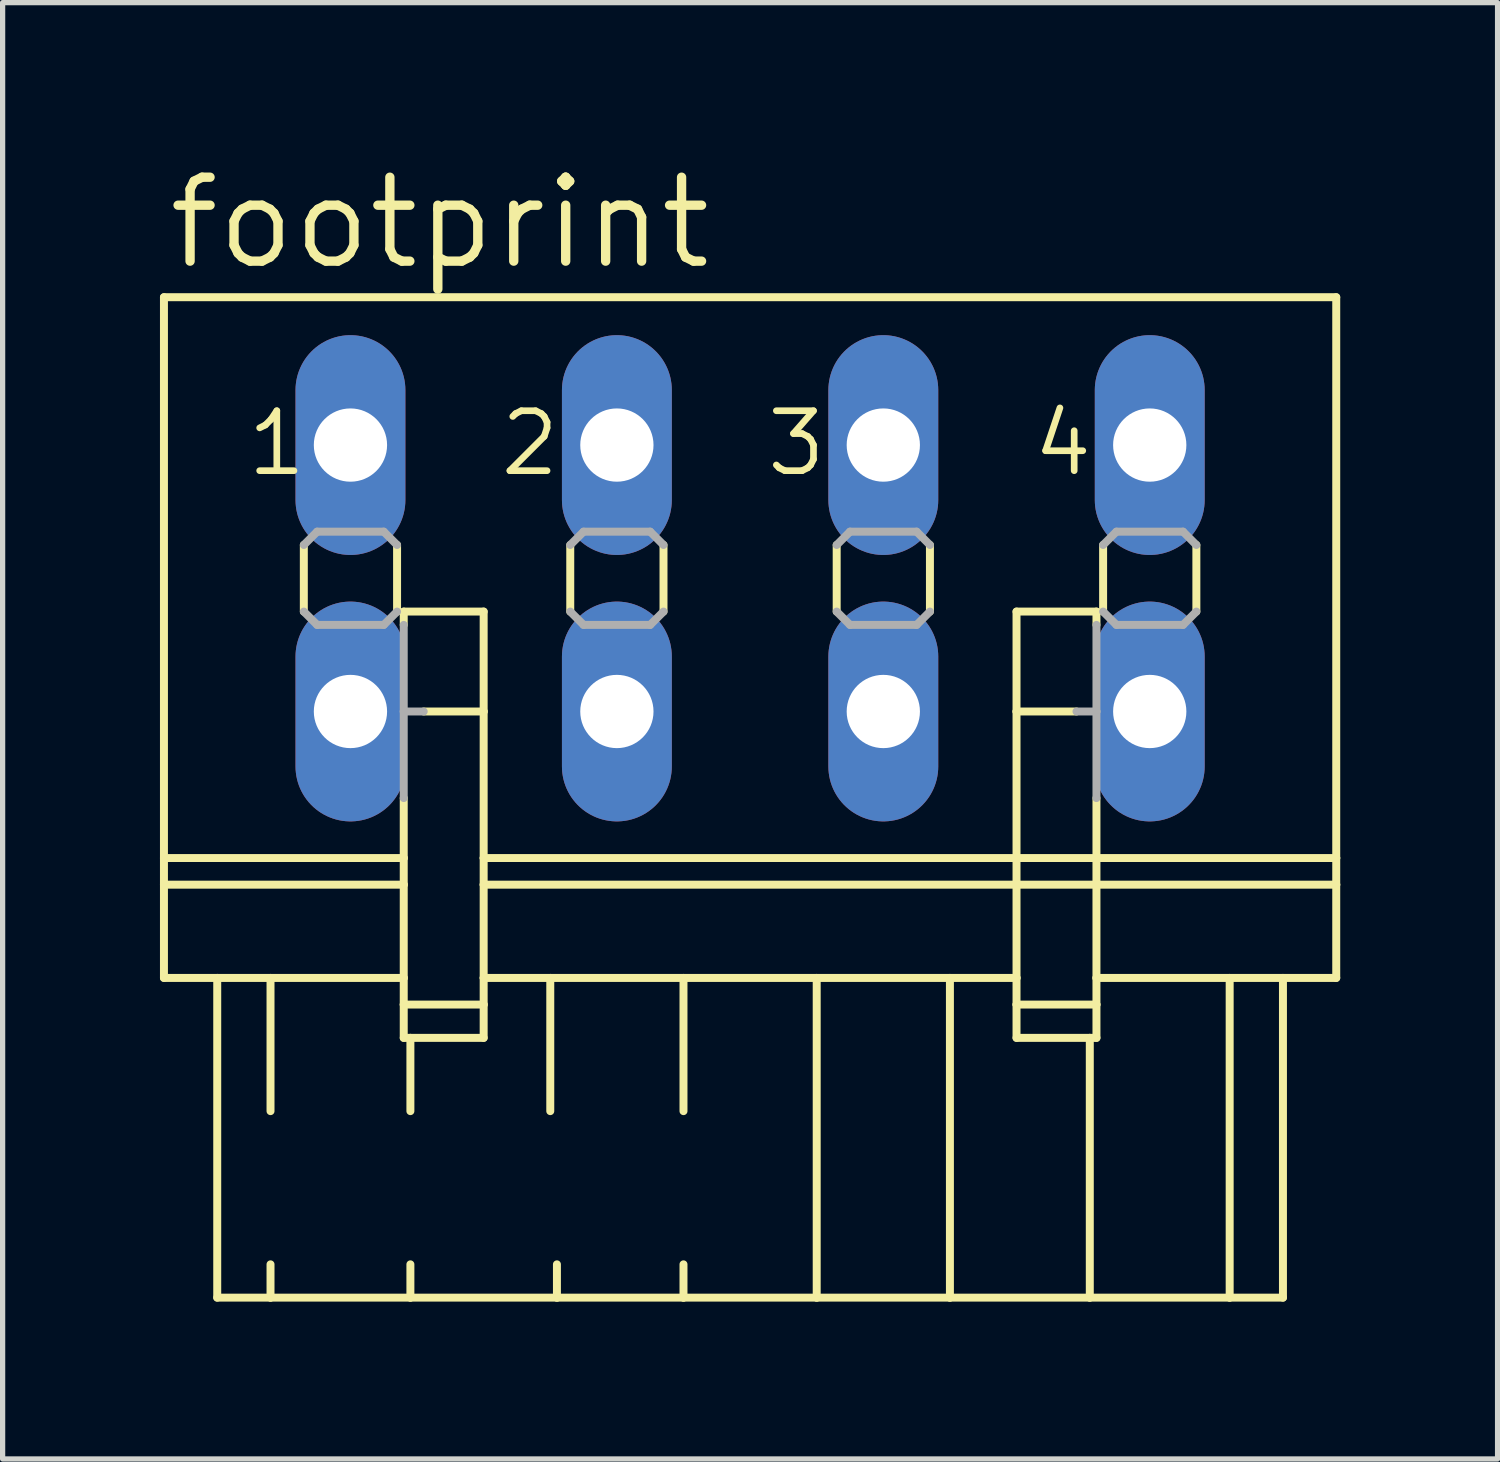
<source format=kicad_pcb>
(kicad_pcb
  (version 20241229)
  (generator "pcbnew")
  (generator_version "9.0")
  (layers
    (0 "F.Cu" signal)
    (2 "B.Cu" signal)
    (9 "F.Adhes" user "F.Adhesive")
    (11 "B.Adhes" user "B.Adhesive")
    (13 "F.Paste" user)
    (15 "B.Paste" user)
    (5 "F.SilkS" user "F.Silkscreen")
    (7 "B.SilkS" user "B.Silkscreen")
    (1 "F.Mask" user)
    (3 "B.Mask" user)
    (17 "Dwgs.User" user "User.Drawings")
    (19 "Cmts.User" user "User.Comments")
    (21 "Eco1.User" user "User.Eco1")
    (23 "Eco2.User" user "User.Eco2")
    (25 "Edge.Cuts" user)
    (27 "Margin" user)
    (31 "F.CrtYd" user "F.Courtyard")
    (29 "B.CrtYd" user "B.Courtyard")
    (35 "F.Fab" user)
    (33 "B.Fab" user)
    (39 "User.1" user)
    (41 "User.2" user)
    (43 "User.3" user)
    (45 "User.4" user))
  (footprint "footprint"
    (layer "F.Cu")
    (at 11.252 7.976)
    (property "Reference" "footprint" (at -11.176 -5.842 0) (layer "F.SilkS") (effects (font (size 1.6 1.6) (thickness 0.178)) (justify left bottom)))
    (fp_line (start -11.176 -5.359) (end -11.176 5.334) (stroke (width 0.152) (type solid)) (layer "F.SilkS"))
    (fp_line (start -11.176 -5.359) (end 11.176 -5.359) (stroke (width 0.152) (type solid)) (layer "F.SilkS"))
    (fp_line (start -11.176 5.334) (end -11.176 5.842) (stroke (width 0.152) (type solid)) (layer "F.SilkS"))
    (fp_line (start -11.176 5.334) (end -6.604 5.334) (stroke (width 0.152) (type solid)) (layer "F.SilkS"))
    (fp_line (start -11.176 5.842) (end -11.176 7.62) (stroke (width 0.152) (type solid)) (layer "F.SilkS"))
    (fp_line (start -11.176 5.842) (end -6.604 5.842) (stroke (width 0.152) (type solid)) (layer "F.SilkS"))
    (fp_line (start -11.176 7.62) (end -10.16 7.62) (stroke (width 0.152) (type solid)) (layer "F.SilkS"))
    (fp_line (start -10.16 7.62) (end -10.16 13.716) (stroke (width 0.152) (type solid)) (layer "F.SilkS"))
    (fp_line (start -10.16 7.62) (end -9.144 7.62) (stroke (width 0.152) (type solid)) (layer "F.SilkS"))
    (fp_line (start -10.16 13.716) (end -9.144 13.716) (stroke (width 0.152) (type solid)) (layer "F.SilkS"))
    (fp_line (start -9.144 7.62) (end -9.144 10.16) (stroke (width 0.152) (type solid)) (layer "F.SilkS"))
    (fp_line (start -9.144 7.62) (end -6.604 7.62) (stroke (width 0.152) (type solid)) (layer "F.SilkS"))
    (fp_line (start -9.144 13.081) (end -9.144 13.716) (stroke (width 0.152) (type solid)) (layer "F.SilkS"))
    (fp_line (start -9.144 13.716) (end -6.477 13.716) (stroke (width 0.152) (type solid)) (layer "F.SilkS"))
    (fp_line (start -8.509 -0.635) (end -8.509 0.635) (stroke (width 0.152) (type solid)) (layer "F.SilkS"))
    (fp_line (start -6.731 -0.635) (end -6.731 0.635) (stroke (width 0.152) (type solid)) (layer "F.SilkS"))
    (fp_line (start -6.604 0.635) (end -6.604 0.889) (stroke (width 0.152) (type solid)) (layer "F.SilkS"))
    (fp_line (start -6.604 0.635) (end -5.08 0.635) (stroke (width 0.152) (type solid)) (layer "F.SilkS"))
    (fp_line (start -6.604 4.191) (end -6.604 5.334) (stroke (width 0.152) (type solid)) (layer "F.SilkS"))
    (fp_line (start -6.604 5.842) (end -6.604 5.334) (stroke (width 0.152) (type solid)) (layer "F.SilkS"))
    (fp_line (start -6.604 7.62) (end -6.604 5.842) (stroke (width 0.152) (type solid)) (layer "F.SilkS"))
    (fp_line (start -6.604 8.128) (end -6.604 7.62) (stroke (width 0.152) (type solid)) (layer "F.SilkS"))
    (fp_line (start -6.604 8.128) (end -5.08 8.128) (stroke (width 0.152) (type solid)) (layer "F.SilkS"))
    (fp_line (start -6.604 8.763) (end -6.604 8.128) (stroke (width 0.152) (type solid)) (layer "F.SilkS"))
    (fp_line (start -6.477 8.763) (end -6.604 8.763) (stroke (width 0.152) (type solid)) (layer "F.SilkS"))
    (fp_line (start -6.477 8.763) (end -6.477 10.16) (stroke (width 0.152) (type solid)) (layer "F.SilkS"))
    (fp_line (start -6.477 13.081) (end -6.477 13.716) (stroke (width 0.152) (type solid)) (layer "F.SilkS"))
    (fp_line (start -6.477 13.716) (end -3.683 13.716) (stroke (width 0.152) (type solid)) (layer "F.SilkS"))
    (fp_line (start -5.08 0.635) (end -5.08 2.54) (stroke (width 0.152) (type solid)) (layer "F.SilkS"))
    (fp_line (start -5.08 2.54) (end -6.223 2.54) (stroke (width 0.152) (type solid)) (layer "F.SilkS"))
    (fp_line (start -5.08 2.54) (end -5.08 5.334) (stroke (width 0.152) (type solid)) (layer "F.SilkS"))
    (fp_line (start -5.08 5.334) (end -5.08 5.842) (stroke (width 0.152) (type solid)) (layer "F.SilkS"))
    (fp_line (start -5.08 5.334) (end 5.08 5.334) (stroke (width 0.152) (type solid)) (layer "F.SilkS"))
    (fp_line (start -5.08 5.842) (end -5.08 7.62) (stroke (width 0.152) (type solid)) (layer "F.SilkS"))
    (fp_line (start -5.08 5.842) (end 5.08 5.842) (stroke (width 0.152) (type solid)) (layer "F.SilkS"))
    (fp_line (start -5.08 7.62) (end -5.08 8.128) (stroke (width 0.152) (type solid)) (layer "F.SilkS"))
    (fp_line (start -5.08 7.62) (end -3.81 7.62) (stroke (width 0.152) (type solid)) (layer "F.SilkS"))
    (fp_line (start -5.08 8.128) (end -5.08 8.763) (stroke (width 0.152) (type solid)) (layer "F.SilkS"))
    (fp_line (start -5.08 8.763) (end -6.477 8.763) (stroke (width 0.152) (type solid)) (layer "F.SilkS"))
    (fp_line (start -3.81 7.62) (end -3.81 10.16) (stroke (width 0.152) (type solid)) (layer "F.SilkS"))
    (fp_line (start -3.81 7.62) (end -1.27 7.62) (stroke (width 0.152) (type solid)) (layer "F.SilkS"))
    (fp_line (start -3.683 13.081) (end -3.683 13.716) (stroke (width 0.152) (type solid)) (layer "F.SilkS"))
    (fp_line (start -3.683 13.716) (end -1.27 13.716) (stroke (width 0.152) (type solid)) (layer "F.SilkS"))
    (fp_line (start -3.429 -0.635) (end -3.429 0.635) (stroke (width 0.152) (type solid)) (layer "F.SilkS"))
    (fp_line (start -1.651 -0.635) (end -1.651 0.635) (stroke (width 0.152) (type solid)) (layer "F.SilkS"))
    (fp_line (start -1.27 7.62) (end -1.27 10.16) (stroke (width 0.152) (type solid)) (layer "F.SilkS"))
    (fp_line (start -1.27 7.62) (end 1.27 7.62) (stroke (width 0.152) (type solid)) (layer "F.SilkS"))
    (fp_line (start -1.27 13.081) (end -1.27 13.716) (stroke (width 0.152) (type solid)) (layer "F.SilkS"))
    (fp_line (start -1.27 13.716) (end 1.27 13.716) (stroke (width 0.152) (type solid)) (layer "F.SilkS"))
    (fp_line (start 1.27 7.62) (end 1.27 13.716) (stroke (width 0.152) (type solid)) (layer "F.SilkS"))
    (fp_line (start 1.27 7.62) (end 3.81 7.62) (stroke (width 0.152) (type solid)) (layer "F.SilkS"))
    (fp_line (start 1.27 13.716) (end 3.81 13.716) (stroke (width 0.152) (type solid)) (layer "F.SilkS"))
    (fp_line (start 1.651 -0.635) (end 1.651 0.635) (stroke (width 0.152) (type solid)) (layer "F.SilkS"))
    (fp_line (start 3.429 -0.635) (end 3.429 0.635) (stroke (width 0.152) (type solid)) (layer "F.SilkS"))
    (fp_line (start 3.81 7.62) (end 3.81 13.716) (stroke (width 0.152) (type solid)) (layer "F.SilkS"))
    (fp_line (start 3.81 7.62) (end 5.08 7.62) (stroke (width 0.152) (type solid)) (layer "F.SilkS"))
    (fp_line (start 3.81 13.716) (end 6.477 13.716) (stroke (width 0.152) (type solid)) (layer "F.SilkS"))
    (fp_line (start 5.08 0.635) (end 5.08 2.54) (stroke (width 0.152) (type solid)) (layer "F.SilkS"))
    (fp_line (start 5.08 2.54) (end 5.08 5.334) (stroke (width 0.152) (type solid)) (layer "F.SilkS"))
    (fp_line (start 5.08 2.54) (end 6.223 2.54) (stroke (width 0.152) (type solid)) (layer "F.SilkS"))
    (fp_line (start 5.08 5.334) (end 5.08 5.842) (stroke (width 0.152) (type solid)) (layer "F.SilkS"))
    (fp_line (start 5.08 5.334) (end 6.604 5.334) (stroke (width 0.152) (type solid)) (layer "F.SilkS"))
    (fp_line (start 5.08 5.842) (end 5.08 7.62) (stroke (width 0.152) (type solid)) (layer "F.SilkS"))
    (fp_line (start 5.08 5.842) (end 6.604 5.842) (stroke (width 0.152) (type solid)) (layer "F.SilkS"))
    (fp_line (start 5.08 7.62) (end 5.08 8.128) (stroke (width 0.152) (type solid)) (layer "F.SilkS"))
    (fp_line (start 5.08 8.128) (end 5.08 8.763) (stroke (width 0.152) (type solid)) (layer "F.SilkS"))
    (fp_line (start 5.08 8.128) (end 6.604 8.128) (stroke (width 0.152) (type solid)) (layer "F.SilkS"))
    (fp_line (start 6.477 8.763) (end 5.08 8.763) (stroke (width 0.152) (type solid)) (layer "F.SilkS"))
    (fp_line (start 6.477 8.763) (end 6.477 13.716) (stroke (width 0.152) (type solid)) (layer "F.SilkS"))
    (fp_line (start 6.477 13.716) (end 9.144 13.716) (stroke (width 0.152) (type solid)) (layer "F.SilkS"))
    (fp_line (start 6.604 0.635) (end 5.08 0.635) (stroke (width 0.152) (type solid)) (layer "F.SilkS"))
    (fp_line (start 6.604 0.889) (end 6.604 0.635) (stroke (width 0.152) (type solid)) (layer "F.SilkS"))
    (fp_line (start 6.604 4.191) (end 6.604 5.334) (stroke (width 0.152) (type solid)) (layer "F.SilkS"))
    (fp_line (start 6.604 5.334) (end 11.176 5.334) (stroke (width 0.152) (type solid)) (layer "F.SilkS"))
    (fp_line (start 6.604 5.842) (end 6.604 5.334) (stroke (width 0.152) (type solid)) (layer "F.SilkS"))
    (fp_line (start 6.604 5.842) (end 11.176 5.842) (stroke (width 0.152) (type solid)) (layer "F.SilkS"))
    (fp_line (start 6.604 7.62) (end 6.604 5.842) (stroke (width 0.152) (type solid)) (layer "F.SilkS"))
    (fp_line (start 6.604 7.62) (end 9.144 7.62) (stroke (width 0.152) (type solid)) (layer "F.SilkS"))
    (fp_line (start 6.604 8.128) (end 6.604 7.62) (stroke (width 0.152) (type solid)) (layer "F.SilkS"))
    (fp_line (start 6.604 8.763) (end 6.477 8.763) (stroke (width 0.152) (type solid)) (layer "F.SilkS"))
    (fp_line (start 6.604 8.763) (end 6.604 8.128) (stroke (width 0.152) (type solid)) (layer "F.SilkS"))
    (fp_line (start 6.731 -0.635) (end 6.731 0.635) (stroke (width 0.152) (type solid)) (layer "F.SilkS"))
    (fp_line (start 8.509 -0.635) (end 8.509 0.635) (stroke (width 0.152) (type solid)) (layer "F.SilkS"))
    (fp_line (start 9.144 7.62) (end 9.144 13.716) (stroke (width 0.152) (type solid)) (layer "F.SilkS"))
    (fp_line (start 9.144 7.62) (end 10.16 7.62) (stroke (width 0.152) (type solid)) (layer "F.SilkS"))
    (fp_line (start 9.144 13.716) (end 10.16 13.716) (stroke (width 0.152) (type solid)) (layer "F.SilkS"))
    (fp_line (start 10.16 7.62) (end 10.16 13.716) (stroke (width 0.152) (type solid)) (layer "F.SilkS"))
    (fp_line (start 10.16 7.62) (end 11.176 7.62) (stroke (width 0.152) (type solid)) (layer "F.SilkS"))
    (fp_line (start 11.176 -5.359) (end 11.176 5.334) (stroke (width 0.152) (type solid)) (layer "F.SilkS"))
    (fp_line (start 11.176 5.334) (end 11.176 5.842) (stroke (width 0.152) (type solid)) (layer "F.SilkS"))
    (fp_line (start 11.176 5.842) (end 11.176 7.62) (stroke (width 0.152) (type solid)) (layer "F.SilkS"))
    (fp_line (start -8.509 -0.635) (end -8.255 -0.889) (stroke (width 0.152) (type solid)) (layer "F.Fab"))
    (fp_line (start -8.255 -0.889) (end -6.985 -0.889) (stroke (width 0.152) (type solid)) (layer "F.Fab"))
    (fp_line (start -8.255 0.889) (end -8.509 0.635) (stroke (width 0.152) (type solid)) (layer "F.Fab"))
    (fp_line (start -6.985 -0.889) (end -6.731 -0.635) (stroke (width 0.152) (type solid)) (layer "F.Fab"))
    (fp_line (start -6.985 0.889) (end -8.255 0.889) (stroke (width 0.152) (type solid)) (layer "F.Fab"))
    (fp_line (start -6.731 0.635) (end -6.985 0.889) (stroke (width 0.152) (type solid)) (layer "F.Fab"))
    (fp_line (start -6.604 2.54) (end -6.604 0.889) (stroke (width 0.152) (type solid)) (layer "F.Fab"))
    (fp_line (start -6.604 2.54) (end -6.223 2.54) (stroke (width 0.152) (type solid)) (layer "F.Fab"))
    (fp_line (start -6.604 4.191) (end -6.604 2.54) (stroke (width 0.152) (type solid)) (layer "F.Fab"))
    (fp_line (start -3.429 -0.635) (end -3.175 -0.889) (stroke (width 0.152) (type solid)) (layer "F.Fab"))
    (fp_line (start -3.175 -0.889) (end -1.905 -0.889) (stroke (width 0.152) (type solid)) (layer "F.Fab"))
    (fp_line (start -3.175 0.889) (end -3.429 0.635) (stroke (width 0.152) (type solid)) (layer "F.Fab"))
    (fp_line (start -1.905 -0.889) (end -1.651 -0.635) (stroke (width 0.152) (type solid)) (layer "F.Fab"))
    (fp_line (start -1.905 0.889) (end -3.175 0.889) (stroke (width 0.152) (type solid)) (layer "F.Fab"))
    (fp_line (start -1.651 0.635) (end -1.905 0.889) (stroke (width 0.152) (type solid)) (layer "F.Fab"))
    (fp_line (start 1.651 -0.635) (end 1.905 -0.889) (stroke (width 0.152) (type solid)) (layer "F.Fab"))
    (fp_line (start 1.905 -0.889) (end 3.175 -0.889) (stroke (width 0.152) (type solid)) (layer "F.Fab"))
    (fp_line (start 1.905 0.889) (end 1.651 0.635) (stroke (width 0.152) (type solid)) (layer "F.Fab"))
    (fp_line (start 3.175 -0.889) (end 3.429 -0.635) (stroke (width 0.152) (type solid)) (layer "F.Fab"))
    (fp_line (start 3.175 0.889) (end 1.905 0.889) (stroke (width 0.152) (type solid)) (layer "F.Fab"))
    (fp_line (start 3.429 0.635) (end 3.175 0.889) (stroke (width 0.152) (type solid)) (layer "F.Fab"))
    (fp_line (start 6.223 2.54) (end 6.604 2.54) (stroke (width 0.152) (type solid)) (layer "F.Fab"))
    (fp_line (start 6.604 2.54) (end 6.604 0.889) (stroke (width 0.152) (type solid)) (layer "F.Fab"))
    (fp_line (start 6.604 4.191) (end 6.604 2.54) (stroke (width 0.152) (type solid)) (layer "F.Fab"))
    (fp_line (start 6.731 -0.635) (end 6.985 -0.889) (stroke (width 0.152) (type solid)) (layer "F.Fab"))
    (fp_line (start 6.985 -0.889) (end 8.255 -0.889) (stroke (width 0.152) (type solid)) (layer "F.Fab"))
    (fp_line (start 6.985 0.889) (end 6.731 0.635) (stroke (width 0.152) (type solid)) (layer "F.Fab"))
    (fp_line (start 8.255 -0.889) (end 8.509 -0.635) (stroke (width 0.152) (type solid)) (layer "F.Fab"))
    (fp_line (start 8.255 0.889) (end 6.985 0.889) (stroke (width 0.152) (type solid)) (layer "F.Fab"))
    (fp_line (start 8.509 0.635) (end 8.255 0.889) (stroke (width 0.152) (type solid)) (layer "F.Fab"))
    (fp_text user "3" (at 0.254 -1.905 0) (layer "F.SilkS") (effects (font (size 1.143 1.143) (thickness 0.127)) (justify left bottom)))
    (fp_text user "1" (at -9.652 -1.905 0) (layer "F.SilkS") (effects (font (size 1.143 1.143) (thickness 0.127)) (justify left bottom)))
    (fp_text user "2" (at -4.826 -1.905 0) (layer "F.SilkS") (effects (font (size 1.143 1.143) (thickness 0.127)) (justify left bottom)))
    (fp_text user "4" (at 5.334 -1.905 0) (layer "F.SilkS") (effects (font (size 1.143 1.143) (thickness 0.127)) (justify left bottom)))
    (pad "1" thru_hole oval (at -7.62 -2.54 90) (size 4.191 2.095) (drill 1.397) (layers "*.Cu" "*.Mask"))
    (pad "1A" thru_hole oval (at -7.62 2.54 90) (size 4.191 2.095) (drill 1.397) (layers "*.Cu" "*.Mask"))
    (pad "2" thru_hole oval (at -2.54 -2.54 90) (size 4.191 2.095) (drill 1.397) (layers "*.Cu" "*.Mask"))
    (pad "2A" thru_hole oval (at -2.54 2.54 90) (size 4.191 2.095) (drill 1.397) (layers "*.Cu" "*.Mask"))
    (pad "3" thru_hole oval (at 2.54 -2.54 90) (size 4.191 2.095) (drill 1.397) (layers "*.Cu" "*.Mask"))
    (pad "3A" thru_hole oval (at 2.54 2.54 90) (size 4.191 2.095) (drill 1.397) (layers "*.Cu" "*.Mask"))
    (pad "4" thru_hole oval (at 7.62 -2.54 90) (size 4.191 2.095) (drill 1.397) (layers "*.Cu" "*.Mask"))
    (pad "4A" thru_hole oval (at 7.62 2.54 90) (size 4.191 2.095) (drill 1.397) (layers "*.Cu" "*.Mask")))
  (gr_rect
    (start -3 -3)
    (end 25.504 24.768)
    (stroke (width 0.1) (type default))
    (fill no)
    (layer "Edge.Cuts")))
</source>
